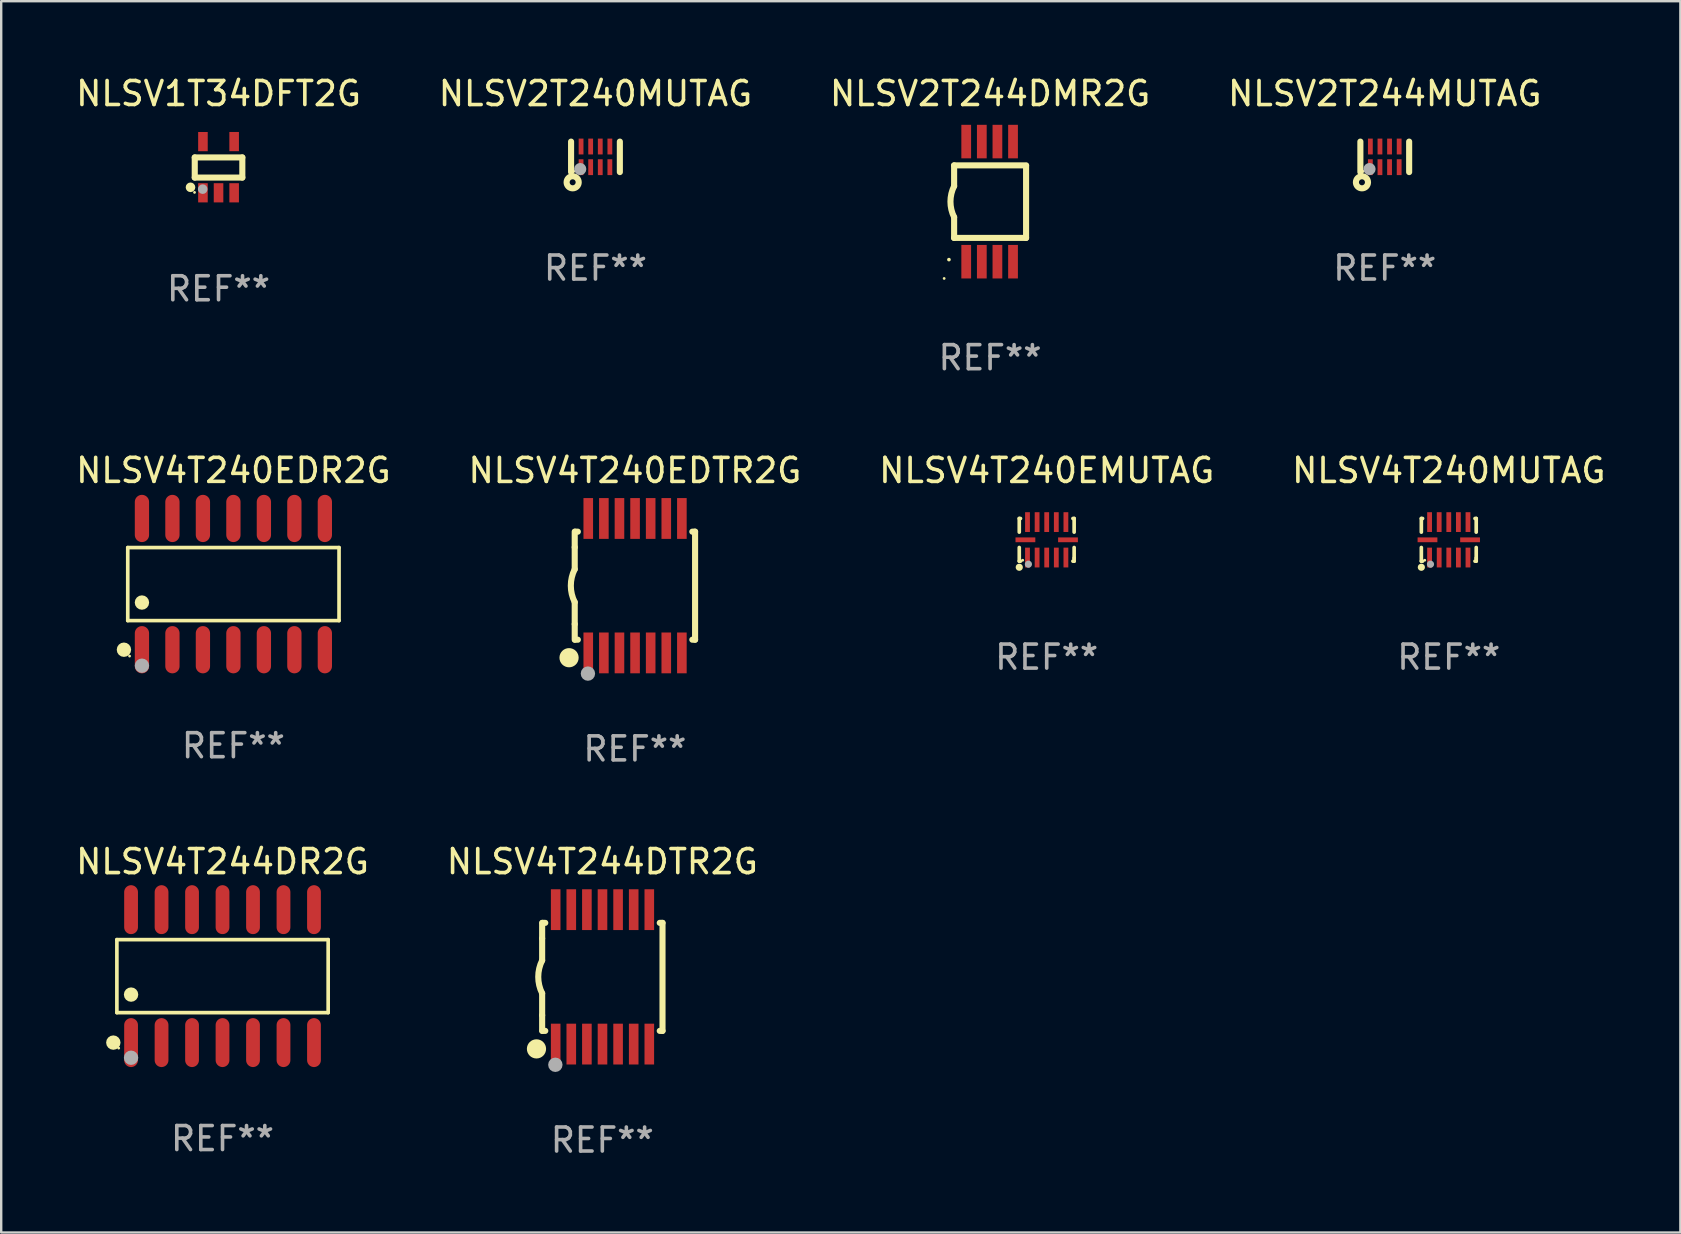
<source format=kicad_pcb>
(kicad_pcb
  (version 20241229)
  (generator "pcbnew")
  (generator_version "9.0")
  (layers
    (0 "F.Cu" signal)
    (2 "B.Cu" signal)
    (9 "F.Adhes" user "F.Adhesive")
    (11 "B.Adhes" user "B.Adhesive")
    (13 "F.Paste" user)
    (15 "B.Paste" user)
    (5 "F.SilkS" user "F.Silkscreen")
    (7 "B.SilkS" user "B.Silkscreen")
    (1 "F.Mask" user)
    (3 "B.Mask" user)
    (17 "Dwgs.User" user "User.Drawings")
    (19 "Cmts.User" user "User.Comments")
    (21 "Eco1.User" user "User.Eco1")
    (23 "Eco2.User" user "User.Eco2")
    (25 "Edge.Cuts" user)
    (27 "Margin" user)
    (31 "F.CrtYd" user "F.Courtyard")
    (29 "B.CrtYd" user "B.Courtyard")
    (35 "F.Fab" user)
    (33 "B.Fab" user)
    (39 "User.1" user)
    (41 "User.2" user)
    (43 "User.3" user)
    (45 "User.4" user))
  (footprint "NLSV2T240MUTAG"
    (layer "F.Cu")
    (at 21.756 3.484)
    (property "Reference" "NLSV2T240MUTAG" (at 0 -2.635 0) (layer "F.SilkS") (effects (font (size 1 1) (thickness 0.15))))
    (attr through_hole)
    (fp_line (start -1.016 0.635) (end -1.016 -0.635) (stroke (width 0.254) (type solid)) (layer "F.SilkS"))
    (fp_line (start 1.016 0.635) (end 1.016 -0.635) (stroke (width 0.254) (type solid)) (layer "F.SilkS"))
    (fp_circle (center -0.95 1.06) (end -0.825 1.06) (stroke (width 0.254) (type solid)) (fill no) (layer "F.SilkS"))
    (fp_circle (center -0.9 0.601) (end -0.87 0.601) (stroke (width 0.06) (type solid)) (fill no) (layer "F.SilkS"))
    (fp_circle (center -0.635 0.509) (end -0.508 0.509) (stroke (width 0.254) (type solid)) (fill no) (layer "F.Fab"))
    (fp_text user "REF**" (at 0 4.635 0) (layer "F.Fab") (effects (font (size 1 1) (thickness 0.15))))
    (pad "1" smd rect (at -0.6 0.43 180) (size 0.2 0.66) (layers "F.Cu" "F.Mask" "F.Paste"))
    (pad "2" smd rect (at -0.2 0.43 180) (size 0.2 0.66) (layers "F.Cu" "F.Mask" "F.Paste"))
    (pad "3" smd rect (at 0.2 0.43 180) (size 0.2 0.66) (layers "F.Cu" "F.Mask" "F.Paste"))
    (pad "4" smd rect (at 0.6 0.43 180) (size 0.2 0.66) (layers "F.Cu" "F.Mask" "F.Paste"))
    (pad "5" smd rect (at 0.6 -0.43 180) (size 0.2 0.66) (layers "F.Cu" "F.Mask" "F.Paste"))
    (pad "6" smd rect (at 0.2 -0.43 180) (size 0.2 0.66) (layers "F.Cu" "F.Mask" "F.Paste"))
    (pad "7" smd rect (at -0.2 -0.43 180) (size 0.2 0.66) (layers "F.Cu" "F.Mask" "F.Paste"))
    (pad "8" smd rect (at -0.6 -0.43 180) (size 0.2 0.66) (layers "F.Cu" "F.Mask" "F.Paste")))
  (footprint "NLSV4T240EDR2G"
    (layer "F.Cu")
    (at 6.673 21.282)
    (property "Reference" "NLSV4T240EDR2G" (at 0 -4.734 0) (layer "F.SilkS") (effects (font (size 1 1) (thickness 0.15))))
    (attr through_hole)
    (fp_line (start -4.401 -1.521) (end 4.401 -1.521) (stroke (width 0.152) (type solid)) (layer "F.SilkS"))
    (fp_line (start -4.401 1.521) (end -4.401 -1.521) (stroke (width 0.152) (type solid)) (layer "F.SilkS"))
    (fp_line (start 4.401 -1.521) (end 4.401 1.521) (stroke (width 0.152) (type solid)) (layer "F.SilkS"))
    (fp_line (start 4.401 1.521) (end -4.401 1.521) (stroke (width 0.152) (type solid)) (layer "F.SilkS"))
    (fp_circle (center -4.56 2.734) (end -4.41 2.734) (stroke (width 0.3) (type solid)) (fill no) (layer "F.SilkS"))
    (fp_circle (center -4.325 3) (end -4.295 3) (stroke (width 0.06) (type solid)) (fill no) (layer "F.SilkS"))
    (fp_circle (center -3.81 0.769) (end -3.66 0.769) (stroke (width 0.3) (type solid)) (fill no) (layer "F.SilkS"))
    (fp_circle (center -3.81 3.4) (end -3.66 3.4) (stroke (width 0.3) (type solid)) (fill no) (layer "F.Fab"))
    (fp_text user "REF**" (at 0 6.734 0) (layer "F.Fab") (effects (font (size 1 1) (thickness 0.15))))
    (pad "1" smd oval (at -3.81 2.734) (size 0.595 1.968) (layers "F.Cu" "F.Mask" "F.Paste"))
    (pad "2" smd oval (at -2.54 2.734) (size 0.595 1.968) (layers "F.Cu" "F.Mask" "F.Paste"))
    (pad "3" smd oval (at -1.27 2.734) (size 0.595 1.968) (layers "F.Cu" "F.Mask" "F.Paste"))
    (pad "4" smd oval (at 0 2.734) (size 0.595 1.968) (layers "F.Cu" "F.Mask" "F.Paste"))
    (pad "5" smd oval (at 1.27 2.734) (size 0.595 1.968) (layers "F.Cu" "F.Mask" "F.Paste"))
    (pad "6" smd oval (at 2.54 2.734) (size 0.595 1.968) (layers "F.Cu" "F.Mask" "F.Paste"))
    (pad "7" smd oval (at 3.81 2.734) (size 0.595 1.968) (layers "F.Cu" "F.Mask" "F.Paste"))
    (pad "8" smd oval (at 3.81 -2.734) (size 0.595 1.968) (layers "F.Cu" "F.Mask" "F.Paste"))
    (pad "9" smd oval (at 2.54 -2.734) (size 0.595 1.968) (layers "F.Cu" "F.Mask" "F.Paste"))
    (pad "10" smd oval (at 1.27 -2.734) (size 0.595 1.968) (layers "F.Cu" "F.Mask" "F.Paste"))
    (pad "11" smd oval (at 0 -2.734) (size 0.595 1.968) (layers "F.Cu" "F.Mask" "F.Paste"))
    (pad "12" smd oval (at -1.27 -2.734) (size 0.595 1.968) (layers "F.Cu" "F.Mask" "F.Paste"))
    (pad "13" smd oval (at -2.54 -2.734) (size 0.595 1.968) (layers "F.Cu" "F.Mask" "F.Paste"))
    (pad "14" smd oval (at -3.81 -2.734) (size 0.595 1.968) (layers "F.Cu" "F.Mask" "F.Paste")))
  (footprint "NLSV4T240MUTAG"
    (layer "F.Cu")
    (at 57.304 19.438)
    (property "Reference" "NLSV4T240MUTAG" (at 0 -2.889 0) (layer "F.SilkS") (effects (font (size 1 1) (thickness 0.15))))
    (attr through_hole)
    (fp_line (start -1.143 -0.889) (end -1.143 -0.32) (stroke (width 0.152) (type solid)) (layer "F.SilkS"))
    (fp_line (start -1.143 0.32) (end -1.143 0.889) (stroke (width 0.152) (type solid)) (layer "F.SilkS"))
    (fp_line (start -1.143 0.889) (end -1.092 0.889) (stroke (width 0.152) (type solid)) (layer "F.SilkS"))
    (fp_line (start -1.092 -0.889) (end -1.143 -0.889) (stroke (width 0.152) (type solid)) (layer "F.SilkS"))
    (fp_line (start 1.092 0.889) (end 1.143 0.889) (stroke (width 0.152) (type solid)) (layer "F.SilkS"))
    (fp_line (start 1.143 -0.889) (end 1.092 -0.889) (stroke (width 0.152) (type solid)) (layer "F.SilkS"))
    (fp_line (start 1.143 -0.32) (end 1.143 -0.889) (stroke (width 0.152) (type solid)) (layer "F.SilkS"))
    (fp_line (start 1.143 0.762) (end 1.143 0.32) (stroke (width 0.152) (type solid)) (layer "F.SilkS"))
    (fp_line (start 1.143 0.889) (end 1.143 0.762) (stroke (width 0.152) (type solid)) (layer "F.SilkS"))
    (fp_circle (center -1.143 1.143) (end -1.068 1.143) (stroke (width 0.15) (type solid)) (fill no) (layer "F.SilkS"))
    (fp_circle (center -1 0.85) (end -0.97 0.85) (stroke (width 0.06) (type solid)) (fill no) (layer "F.SilkS"))
    (fp_circle (center -0.762 1.016) (end -0.687 1.016) (stroke (width 0.15) (type solid)) (fill no) (layer "F.Fab"))
    (fp_text user "REF**" (at 0 4.889 0) (layer "F.Fab") (effects (font (size 1 1) (thickness 0.15))))
    (pad "1" smd rect (at -0.8 0.738) (size 0.2 0.825) (layers "F.Cu" "F.Mask" "F.Paste"))
    (pad "2" smd rect (at -0.4 0.738) (size 0.2 0.825) (layers "F.Cu" "F.Mask" "F.Paste"))
    (pad "3" smd rect (at 0 0.738) (size 0.2 0.825) (layers "F.Cu" "F.Mask" "F.Paste"))
    (pad "4" smd rect (at 0.4 0.738) (size 0.2 0.825) (layers "F.Cu" "F.Mask" "F.Paste"))
    (pad "5" smd rect (at 0.8 0.738) (size 0.2 0.825) (layers "F.Cu" "F.Mask" "F.Paste"))
    (pad "6" smd rect (at 0.887 0) (size 0.825 0.2) (layers "F.Cu" "F.Mask" "F.Paste"))
    (pad "7" smd rect (at 0.8 -0.738) (size 0.2 0.825) (layers "F.Cu" "F.Mask" "F.Paste"))
    (pad "8" smd rect (at 0.4 -0.738) (size 0.2 0.825) (layers "F.Cu" "F.Mask" "F.Paste"))
    (pad "9" smd rect (at 0 -0.738) (size 0.2 0.825) (layers "F.Cu" "F.Mask" "F.Paste"))
    (pad "10" smd rect (at -0.4 -0.738) (size 0.2 0.825) (layers "F.Cu" "F.Mask" "F.Paste"))
    (pad "11" smd rect (at -0.8 -0.738) (size 0.2 0.825) (layers "F.Cu" "F.Mask" "F.Paste"))
    (pad "12" smd rect (at -0.887 0) (size 0.825 0.2) (layers "F.Cu" "F.Mask" "F.Paste")))
  (footprint "NLSV4T244DTR2G"
    (layer "F.Cu")
    (at 22.042 37.645)
    (property "Reference" "NLSV4T244DTR2G" (at 0 -4.8 0) (layer "F.SilkS") (effects (font (size 1 1) (thickness 0.15))))
    (attr through_hole)
    (fp_line (start -2.507 -1.6) (end -2.507 -2.25) (stroke (width 0.254) (type solid)) (layer "F.SilkS"))
    (fp_line (start -2.507 -0.686) (end -2.507 -1.6) (stroke (width 0.254) (type solid)) (layer "F.SilkS"))
    (fp_line (start -2.507 1.6) (end -2.507 0.686) (stroke (width 0.254) (type solid)) (layer "F.SilkS"))
    (fp_line (start -2.507 1.6) (end -2.507 2.25) (stroke (width 0.254) (type solid)) (layer "F.SilkS"))
    (fp_line (start -2.493 -2.25) (end -2.377 -2.25) (stroke (width 0.254) (type solid)) (layer "F.SilkS"))
    (fp_line (start -2.377 2.25) (end -2.493 2.25) (stroke (width 0.254) (type solid)) (layer "F.SilkS"))
    (fp_line (start 2.392 -2.25) (end 2.507 -2.25) (stroke (width 0.254) (type solid)) (layer "F.SilkS"))
    (fp_line (start 2.507 -2.25) (end 2.507 2.25) (stroke (width 0.254) (type solid)) (layer "F.SilkS"))
    (fp_line (start 2.507 2.25) (end 2.392 2.25) (stroke (width 0.254) (type solid)) (layer "F.SilkS"))
    (fp_arc (start -2.507303 0.685802) (mid -2.669199 0) (end -2.507303 -0.685801) (stroke (width 0.254001) (type solid)) (layer "F.SilkS"))
    (fp_circle (center -2.743 3) (end -2.543 3) (stroke (width 0.4) (type solid)) (fill no) (layer "F.SilkS"))
    (fp_circle (center -2.493 3.2) (end -2.463 3.2) (stroke (width 0.06) (type solid)) (fill no) (layer "F.SilkS"))
    (fp_circle (center -1.957 3.662) (end -1.807 3.662) (stroke (width 0.3) (type solid)) (fill no) (layer "F.Fab"))
    (fp_text user "REF**" (at 0 6.8 0) (layer "F.Fab") (effects (font (size 1 1) (thickness 0.15))))
    (pad "1" smd rect (at -1.943 2.8) (size 0.4 1.7) (layers "F.Cu" "F.Mask" "F.Paste"))
    (pad "2" smd rect (at -1.293 2.8) (size 0.4 1.7) (layers "F.Cu" "F.Mask" "F.Paste"))
    (pad "3" smd rect (at -0.643 2.8) (size 0.4 1.7) (layers "F.Cu" "F.Mask" "F.Paste"))
    (pad "4" smd rect (at 0.007 2.8) (size 0.4 1.7) (layers "F.Cu" "F.Mask" "F.Paste"))
    (pad "5" smd rect (at 0.657 2.8) (size 0.4 1.7) (layers "F.Cu" "F.Mask" "F.Paste"))
    (pad "6" smd rect (at 1.307 2.8) (size 0.4 1.7) (layers "F.Cu" "F.Mask" "F.Paste"))
    (pad "7" smd rect (at 1.957 2.8) (size 0.4 1.7) (layers "F.Cu" "F.Mask" "F.Paste"))
    (pad "8" smd rect (at 1.957 -2.8) (size 0.4 1.7) (layers "F.Cu" "F.Mask" "F.Paste"))
    (pad "9" smd rect (at 1.307 -2.8) (size 0.4 1.7) (layers "F.Cu" "F.Mask" "F.Paste"))
    (pad "10" smd rect (at 0.657 -2.8) (size 0.4 1.7) (layers "F.Cu" "F.Mask" "F.Paste"))
    (pad "11" smd rect (at 0.007 -2.8) (size 0.4 1.7) (layers "F.Cu" "F.Mask" "F.Paste"))
    (pad "12" smd rect (at -0.643 -2.8) (size 0.4 1.7) (layers "F.Cu" "F.Mask" "F.Paste"))
    (pad "13" smd rect (at -1.293 -2.8) (size 0.4 1.7) (layers "F.Cu" "F.Mask" "F.Paste"))
    (pad "14" smd rect (at -1.943 -2.8) (size 0.4 1.7) (layers "F.Cu" "F.Mask" "F.Paste")))
  (footprint "NLSV2T244DMR2G"
    (layer "F.Cu")
    (at 38.196 5.35)
    (property "Reference" "NLSV2T244DMR2G" (at 0 -4.502 0) (layer "F.SilkS") (effects (font (size 1 1) (thickness 0.15))))
    (attr through_hole)
    (fp_line (start -1.501 1.511) (end 1.499 1.511) (stroke (width 0.254) (type solid)) (layer "F.SilkS"))
    (fp_line (start -1.499 -1.511) (end 1.501 -1.511) (stroke (width 0.254) (type solid)) (layer "F.SilkS"))
    (fp_line (start -1.499 -0.648) (end -1.499 -1.511) (stroke (width 0.254) (type solid)) (layer "F.SilkS"))
    (fp_line (start -1.499 1.511) (end -1.499 0.648) (stroke (width 0.254) (type solid)) (layer "F.SilkS"))
    (fp_line (start 1.499 1.511) (end 1.499 -1.489) (stroke (width 0.254) (type solid)) (layer "F.SilkS"))
    (fp_arc (start -1.715773 2.415011) (mid -1.714503 2.415005) (end -1.713233 2.415011) (stroke (width 0.150013) (type solid)) (layer "F.SilkS"))
    (fp_arc (start -1.498603 0.647702) (mid -1.651505 0) (end -1.498603 -0.647701) (stroke (width 0.254001) (type solid)) (layer "F.SilkS"))
    (fp_circle (center -1.914 3.2) (end -1.884 3.2) (stroke (width 0.06) (type solid)) (fill no) (layer "F.SilkS"))
    (fp_text user "REF**" (at 0 6.502 0) (layer "F.Fab") (effects (font (size 1 1) (thickness 0.15))))
    (pad "1" smd rect (at -0.995 2.502 90) (size 1.397 0.406) (layers "F.Cu" "F.Mask" "F.Paste"))
    (pad "2" smd rect (at -0.345 2.502 90) (size 1.397 0.406) (layers "F.Cu" "F.Mask" "F.Paste"))
    (pad "3" smd rect (at 0.305 2.502 90) (size 1.397 0.406) (layers "F.Cu" "F.Mask" "F.Paste"))
    (pad "4" smd rect (at 0.955 2.502 90) (size 1.397 0.406) (layers "F.Cu" "F.Mask" "F.Paste"))
    (pad "5" smd rect (at 0.955 -2.502 90) (size 1.397 0.406) (layers "F.Cu" "F.Mask" "F.Paste"))
    (pad "6" smd rect (at 0.305 -2.502 90) (size 1.397 0.406) (layers "F.Cu" "F.Mask" "F.Paste"))
    (pad "7" smd rect (at -0.345 -2.502 90) (size 1.397 0.406) (layers "F.Cu" "F.Mask" "F.Paste"))
    (pad "8" smd rect (at -0.995 -2.502 90) (size 1.397 0.406) (layers "F.Cu" "F.Mask" "F.Paste")))
  (footprint "NLSV1T34DFT2G"
    (layer "F.Cu")
    (at 6.054 3.915)
    (property "Reference" "NLSV1T34DFT2G" (at 0 -3.067 0) (layer "F.SilkS") (effects (font (size 1 1) (thickness 0.15))))
    (attr through_hole)
    (fp_line (start -0.991 -0.406) (end 0.991 -0.406) (stroke (width 0.254) (type solid)) (layer "F.SilkS"))
    (fp_line (start -0.991 0.432) (end -0.991 -0.406) (stroke (width 0.254) (type solid)) (layer "F.SilkS"))
    (fp_line (start 0.991 -0.406) (end 0.991 0.432) (stroke (width 0.254) (type solid)) (layer "F.SilkS"))
    (fp_line (start 0.991 0.432) (end -0.991 0.432) (stroke (width 0.254) (type solid)) (layer "F.SilkS"))
    (fp_circle (center -1.168 0.838) (end -1.068 0.838) (stroke (width 0.2) (type solid)) (fill no) (layer "F.SilkS"))
    (fp_circle (center -1 1.05) (end -0.97 1.05) (stroke (width 0.06) (type solid)) (fill no) (layer "F.SilkS"))
    (fp_circle (center -0.66 0.914) (end -0.56 0.914) (stroke (width 0.2) (type solid)) (fill no) (layer "F.Fab"))
    (fp_text user "REF**" (at 0 5.067 0) (layer "F.Fab") (effects (font (size 1 1) (thickness 0.15))))
    (pad "1" smd rect (at -0.65 1.067 90) (size 0.8 0.399) (layers "F.Cu" "F.Mask" "F.Paste"))
    (pad "2" smd rect (at 0 1.067 90) (size 0.8 0.399) (layers "F.Cu" "F.Mask" "F.Paste"))
    (pad "3" smd rect (at 0.65 1.067 90) (size 0.8 0.399) (layers "F.Cu" "F.Mask" "F.Paste"))
    (pad "4" smd rect (at 0.65 -1.067 90) (size 0.8 0.399) (layers "F.Cu" "F.Mask" "F.Paste"))
    (pad "5" smd rect (at -0.65 -1.066 90) (size 0.8 0.399) (layers "F.Cu" "F.Mask" "F.Paste")))
  (footprint "NLSV2T244MUTAG"
    (layer "F.Cu")
    (at 54.637 3.484)
    (property "Reference" "NLSV2T244MUTAG" (at 0 -2.635 0) (layer "F.SilkS") (effects (font (size 1 1) (thickness 0.15))))
    (attr through_hole)
    (fp_line (start -1.016 0.635) (end -1.016 -0.635) (stroke (width 0.254) (type solid)) (layer "F.SilkS"))
    (fp_line (start 1.016 0.635) (end 1.016 -0.635) (stroke (width 0.254) (type solid)) (layer "F.SilkS"))
    (fp_circle (center -0.95 1.06) (end -0.825 1.06) (stroke (width 0.254) (type solid)) (fill no) (layer "F.SilkS"))
    (fp_circle (center -0.9 0.601) (end -0.87 0.601) (stroke (width 0.06) (type solid)) (fill no) (layer "F.SilkS"))
    (fp_circle (center -0.635 0.509) (end -0.508 0.509) (stroke (width 0.254) (type solid)) (fill no) (layer "F.Fab"))
    (fp_text user "REF**" (at 0 4.635 0) (layer "F.Fab") (effects (font (size 1 1) (thickness 0.15))))
    (pad "1" smd rect (at -0.6 0.43 180) (size 0.2 0.66) (layers "F.Cu" "F.Mask" "F.Paste"))
    (pad "2" smd rect (at -0.2 0.43 180) (size 0.2 0.66) (layers "F.Cu" "F.Mask" "F.Paste"))
    (pad "3" smd rect (at 0.2 0.43 180) (size 0.2 0.66) (layers "F.Cu" "F.Mask" "F.Paste"))
    (pad "4" smd rect (at 0.6 0.43 180) (size 0.2 0.66) (layers "F.Cu" "F.Mask" "F.Paste"))
    (pad "5" smd rect (at 0.6 -0.43 180) (size 0.2 0.66) (layers "F.Cu" "F.Mask" "F.Paste"))
    (pad "6" smd rect (at 0.2 -0.43 180) (size 0.2 0.66) (layers "F.Cu" "F.Mask" "F.Paste"))
    (pad "7" smd rect (at -0.2 -0.43 180) (size 0.2 0.66) (layers "F.Cu" "F.Mask" "F.Paste"))
    (pad "8" smd rect (at -0.6 -0.43 180) (size 0.2 0.66) (layers "F.Cu" "F.Mask" "F.Paste")))
  (footprint "NLSV4T244DR2G"
    (layer "F.Cu")
    (at 6.22 37.614)
    (property "Reference" "NLSV4T244DR2G" (at 0 -4.769 0) (layer "F.SilkS") (effects (font (size 1 1) (thickness 0.15))))
    (attr through_hole)
    (fp_line (start -4.401 -1.521) (end 4.401 -1.521) (stroke (width 0.152) (type solid)) (layer "F.SilkS"))
    (fp_line (start -4.401 1.521) (end -4.401 -1.521) (stroke (width 0.152) (type solid)) (layer "F.SilkS"))
    (fp_line (start 4.401 -1.521) (end 4.401 1.521) (stroke (width 0.152) (type solid)) (layer "F.SilkS"))
    (fp_line (start 4.401 1.521) (end -4.401 1.521) (stroke (width 0.152) (type solid)) (layer "F.SilkS"))
    (fp_circle (center -4.549 2.769) (end -4.399 2.769) (stroke (width 0.3) (type solid)) (fill no) (layer "F.SilkS"))
    (fp_circle (center -4.325 3) (end -4.295 3) (stroke (width 0.06) (type solid)) (fill no) (layer "F.SilkS"))
    (fp_circle (center -3.81 0.769) (end -3.66 0.769) (stroke (width 0.3) (type solid)) (fill no) (layer "F.SilkS"))
    (fp_circle (center -3.81 3.4) (end -3.66 3.4) (stroke (width 0.3) (type solid)) (fill no) (layer "F.Fab"))
    (fp_text user "REF**" (at 0 6.769 0) (layer "F.Fab") (effects (font (size 1 1) (thickness 0.15))))
    (pad "1" smd oval (at -3.81 2.769) (size 0.574 2.038) (layers "F.Cu" "F.Mask" "F.Paste"))
    (pad "2" smd oval (at -2.54 2.769) (size 0.574 2.038) (layers "F.Cu" "F.Mask" "F.Paste"))
    (pad "3" smd oval (at -1.27 2.769) (size 0.574 2.038) (layers "F.Cu" "F.Mask" "F.Paste"))
    (pad "4" smd oval (at 0 2.769) (size 0.574 2.038) (layers "F.Cu" "F.Mask" "F.Paste"))
    (pad "5" smd oval (at 1.27 2.769) (size 0.574 2.038) (layers "F.Cu" "F.Mask" "F.Paste"))
    (pad "6" smd oval (at 2.54 2.769) (size 0.574 2.038) (layers "F.Cu" "F.Mask" "F.Paste"))
    (pad "7" smd oval (at 3.81 2.769) (size 0.574 2.038) (layers "F.Cu" "F.Mask" "F.Paste"))
    (pad "8" smd oval (at 3.81 -2.769) (size 0.574 2.038) (layers "F.Cu" "F.Mask" "F.Paste"))
    (pad "9" smd oval (at 2.54 -2.769) (size 0.574 2.038) (layers "F.Cu" "F.Mask" "F.Paste"))
    (pad "10" smd oval (at 1.27 -2.769) (size 0.574 2.038) (layers "F.Cu" "F.Mask" "F.Paste"))
    (pad "11" smd oval (at 0 -2.769) (size 0.574 2.038) (layers "F.Cu" "F.Mask" "F.Paste"))
    (pad "12" smd oval (at -1.27 -2.769) (size 0.574 2.038) (layers "F.Cu" "F.Mask" "F.Paste"))
    (pad "13" smd oval (at -2.54 -2.769) (size 0.574 2.038) (layers "F.Cu" "F.Mask" "F.Paste"))
    (pad "14" smd oval (at -3.81 -2.769) (size 0.574 2.038) (layers "F.Cu" "F.Mask" "F.Paste")))
  (footprint "NLSV4T240EMUTAG"
    (layer "F.Cu")
    (at 40.554 19.438)
    (property "Reference" "NLSV4T240EMUTAG" (at 0 -2.889 0) (layer "F.SilkS") (effects (font (size 1 1) (thickness 0.15))))
    (attr through_hole)
    (fp_line (start -1.143 -0.889) (end -1.143 -0.32) (stroke (width 0.152) (type solid)) (layer "F.SilkS"))
    (fp_line (start -1.143 0.32) (end -1.143 0.889) (stroke (width 0.152) (type solid)) (layer "F.SilkS"))
    (fp_line (start -1.143 0.889) (end -1.092 0.889) (stroke (width 0.152) (type solid)) (layer "F.SilkS"))
    (fp_line (start -1.092 -0.889) (end -1.143 -0.889) (stroke (width 0.152) (type solid)) (layer "F.SilkS"))
    (fp_line (start 1.092 0.889) (end 1.143 0.889) (stroke (width 0.152) (type solid)) (layer "F.SilkS"))
    (fp_line (start 1.143 -0.889) (end 1.092 -0.889) (stroke (width 0.152) (type solid)) (layer "F.SilkS"))
    (fp_line (start 1.143 -0.32) (end 1.143 -0.889) (stroke (width 0.152) (type solid)) (layer "F.SilkS"))
    (fp_line (start 1.143 0.762) (end 1.143 0.32) (stroke (width 0.152) (type solid)) (layer "F.SilkS"))
    (fp_line (start 1.143 0.889) (end 1.143 0.762) (stroke (width 0.152) (type solid)) (layer "F.SilkS"))
    (fp_circle (center -1.143 1.143) (end -1.068 1.143) (stroke (width 0.15) (type solid)) (fill no) (layer "F.SilkS"))
    (fp_circle (center -1 0.85) (end -0.97 0.85) (stroke (width 0.06) (type solid)) (fill no) (layer "F.SilkS"))
    (fp_circle (center -0.762 1.016) (end -0.687 1.016) (stroke (width 0.15) (type solid)) (fill no) (layer "F.Fab"))
    (fp_text user "REF**" (at 0 4.889 0) (layer "F.Fab") (effects (font (size 1 1) (thickness 0.15))))
    (pad "1" smd rect (at -0.8 0.738) (size 0.2 0.825) (layers "F.Cu" "F.Mask" "F.Paste"))
    (pad "2" smd rect (at -0.4 0.738) (size 0.2 0.825) (layers "F.Cu" "F.Mask" "F.Paste"))
    (pad "3" smd rect (at 0 0.738) (size 0.2 0.825) (layers "F.Cu" "F.Mask" "F.Paste"))
    (pad "4" smd rect (at 0.4 0.738) (size 0.2 0.825) (layers "F.Cu" "F.Mask" "F.Paste"))
    (pad "5" smd rect (at 0.8 0.738) (size 0.2 0.825) (layers "F.Cu" "F.Mask" "F.Paste"))
    (pad "6" smd rect (at 0.887 0) (size 0.825 0.2) (layers "F.Cu" "F.Mask" "F.Paste"))
    (pad "7" smd rect (at 0.8 -0.738) (size 0.2 0.825) (layers "F.Cu" "F.Mask" "F.Paste"))
    (pad "8" smd rect (at 0.4 -0.738) (size 0.2 0.825) (layers "F.Cu" "F.Mask" "F.Paste"))
    (pad "9" smd rect (at 0 -0.738) (size 0.2 0.825) (layers "F.Cu" "F.Mask" "F.Paste"))
    (pad "10" smd rect (at -0.4 -0.738) (size 0.2 0.825) (layers "F.Cu" "F.Mask" "F.Paste"))
    (pad "11" smd rect (at -0.8 -0.738) (size 0.2 0.825) (layers "F.Cu" "F.Mask" "F.Paste"))
    (pad "12" smd rect (at -0.887 0) (size 0.825 0.2) (layers "F.Cu" "F.Mask" "F.Paste")))
  (footprint "NLSV4T240EDTR2G"
    (layer "F.Cu")
    (at 23.399 21.349)
    (property "Reference" "NLSV4T240EDTR2G" (at 0 -4.8 0) (layer "F.SilkS") (effects (font (size 1 1) (thickness 0.15))))
    (attr through_hole)
    (fp_line (start -2.507 -1.6) (end -2.507 -2.25) (stroke (width 0.254) (type solid)) (layer "F.SilkS"))
    (fp_line (start -2.507 -0.686) (end -2.507 -1.6) (stroke (width 0.254) (type solid)) (layer "F.SilkS"))
    (fp_line (start -2.507 1.6) (end -2.507 0.686) (stroke (width 0.254) (type solid)) (layer "F.SilkS"))
    (fp_line (start -2.507 1.6) (end -2.507 2.25) (stroke (width 0.254) (type solid)) (layer "F.SilkS"))
    (fp_line (start -2.493 -2.25) (end -2.377 -2.25) (stroke (width 0.254) (type solid)) (layer "F.SilkS"))
    (fp_line (start -2.377 2.25) (end -2.493 2.25) (stroke (width 0.254) (type solid)) (layer "F.SilkS"))
    (fp_line (start 2.392 -2.25) (end 2.507 -2.25) (stroke (width 0.254) (type solid)) (layer "F.SilkS"))
    (fp_line (start 2.507 -2.25) (end 2.507 2.25) (stroke (width 0.254) (type solid)) (layer "F.SilkS"))
    (fp_line (start 2.507 2.25) (end 2.392 2.25) (stroke (width 0.254) (type solid)) (layer "F.SilkS"))
    (fp_arc (start -2.507303 0.685802) (mid -2.669199 0) (end -2.507303 -0.685801) (stroke (width 0.254001) (type solid)) (layer "F.SilkS"))
    (fp_circle (center -2.743 3) (end -2.543 3) (stroke (width 0.4) (type solid)) (fill no) (layer "F.SilkS"))
    (fp_circle (center -2.493 3.2) (end -2.463 3.2) (stroke (width 0.06) (type solid)) (fill no) (layer "F.SilkS"))
    (fp_circle (center -1.957 3.662) (end -1.807 3.662) (stroke (width 0.3) (type solid)) (fill no) (layer "F.Fab"))
    (fp_text user "REF**" (at 0 6.8 0) (layer "F.Fab") (effects (font (size 1 1) (thickness 0.15))))
    (pad "1" smd rect (at -1.943 2.8) (size 0.4 1.7) (layers "F.Cu" "F.Mask" "F.Paste"))
    (pad "2" smd rect (at -1.293 2.8) (size 0.4 1.7) (layers "F.Cu" "F.Mask" "F.Paste"))
    (pad "3" smd rect (at -0.643 2.8) (size 0.4 1.7) (layers "F.Cu" "F.Mask" "F.Paste"))
    (pad "4" smd rect (at 0.007 2.8) (size 0.4 1.7) (layers "F.Cu" "F.Mask" "F.Paste"))
    (pad "5" smd rect (at 0.657 2.8) (size 0.4 1.7) (layers "F.Cu" "F.Mask" "F.Paste"))
    (pad "6" smd rect (at 1.307 2.8) (size 0.4 1.7) (layers "F.Cu" "F.Mask" "F.Paste"))
    (pad "7" smd rect (at 1.957 2.8) (size 0.4 1.7) (layers "F.Cu" "F.Mask" "F.Paste"))
    (pad "8" smd rect (at 1.957 -2.8) (size 0.4 1.7) (layers "F.Cu" "F.Mask" "F.Paste"))
    (pad "9" smd rect (at 1.307 -2.8) (size 0.4 1.7) (layers "F.Cu" "F.Mask" "F.Paste"))
    (pad "10" smd rect (at 0.657 -2.8) (size 0.4 1.7) (layers "F.Cu" "F.Mask" "F.Paste"))
    (pad "11" smd rect (at 0.007 -2.8) (size 0.4 1.7) (layers "F.Cu" "F.Mask" "F.Paste"))
    (pad "12" smd rect (at -0.643 -2.8) (size 0.4 1.7) (layers "F.Cu" "F.Mask" "F.Paste"))
    (pad "13" smd rect (at -1.293 -2.8) (size 0.4 1.7) (layers "F.Cu" "F.Mask" "F.Paste"))
    (pad "14" smd rect (at -1.943 -2.8) (size 0.4 1.7) (layers "F.Cu" "F.Mask" "F.Paste")))
  (gr_rect
    (start -3 -3)
    (end 66.952 48.294)
    (stroke (width 0.1) (type default))
    (fill no)
    (layer "Edge.Cuts")))
</source>
